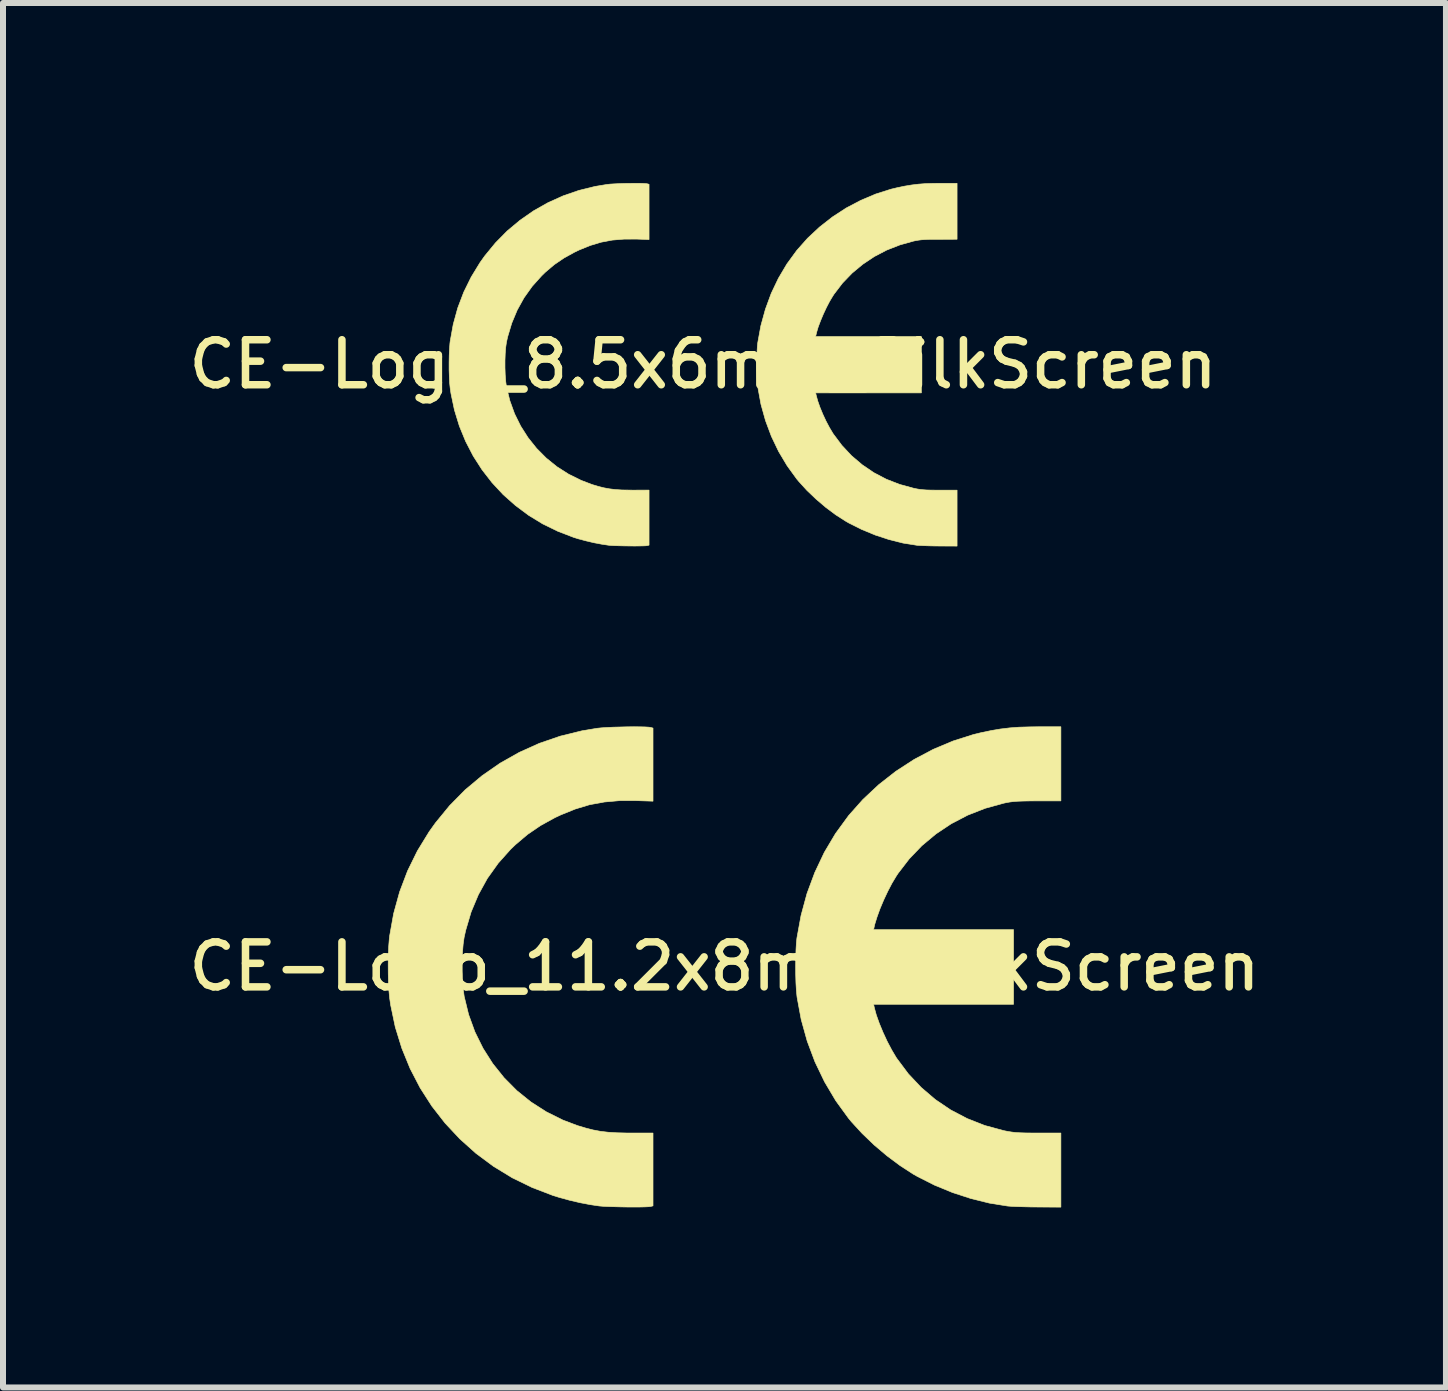
<source format=kicad_pcb>
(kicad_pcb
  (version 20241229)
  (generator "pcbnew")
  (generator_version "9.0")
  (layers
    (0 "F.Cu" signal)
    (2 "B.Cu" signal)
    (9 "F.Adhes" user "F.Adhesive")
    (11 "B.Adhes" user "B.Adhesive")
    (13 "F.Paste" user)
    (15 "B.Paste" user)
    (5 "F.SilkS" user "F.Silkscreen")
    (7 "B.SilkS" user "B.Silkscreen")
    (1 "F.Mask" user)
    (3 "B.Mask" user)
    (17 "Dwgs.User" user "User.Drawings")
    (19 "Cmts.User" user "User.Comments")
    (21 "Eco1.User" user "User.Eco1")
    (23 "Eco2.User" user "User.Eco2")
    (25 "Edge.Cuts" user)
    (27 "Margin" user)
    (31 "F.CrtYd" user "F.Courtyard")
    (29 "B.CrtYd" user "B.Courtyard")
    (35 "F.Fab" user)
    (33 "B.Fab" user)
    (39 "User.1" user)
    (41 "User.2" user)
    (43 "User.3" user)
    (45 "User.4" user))
  (footprint "CE-Logo_11.2x8mm_SilkScreen"
    (layer "F.Cu")
    (at 9.023 13.055)
    (property "Reference" "CE-Logo_11.2x8mm_SilkScreen" (at 0 0 0) (layer "F.SilkS") (effects (font (size 0.75 0.75) (thickness 0.125))))
    (attr exclude_from_pos_files exclude_from_bom)
    (fp_poly (pts (xy -1.405 -3.993) (xy -1.319 -3.991) (xy -1.258 -3.987) (xy -1.231 -3.983) (xy -1.191 -3.972) (xy -1.191 -2.754) (xy -1.469 -2.763) (xy -1.746 -2.763) (xy -2.004 -2.74) (xy -2.248 -2.695) (xy -2.487 -2.623) (xy -2.729 -2.525) (xy -2.829 -2.478) (xy -3.068 -2.346) (xy -3.283 -2.199) (xy -3.485 -2.028) (xy -3.564 -1.952) (xy -3.771 -1.72) (xy -3.951 -1.468) (xy -4.101 -1.196) (xy -4.222 -0.908) (xy -4.312 -0.604) (xy -4.339 -0.482) (xy -4.355 -0.37) (xy -4.366 -0.234) (xy -4.371 -0.082) (xy -4.371 0.076) (xy -4.366 0.23) (xy -4.355 0.372) (xy -4.339 0.49) (xy -4.338 0.499) (xy -4.264 0.802) (xy -4.159 1.091) (xy -4.024 1.364) (xy -3.862 1.619) (xy -3.673 1.855) (xy -3.461 2.069) (xy -3.225 2.259) (xy -2.969 2.423) (xy -2.694 2.56) (xy -2.451 2.652) (xy -2.314 2.693) (xy -2.189 2.725) (xy -2.066 2.748) (xy -1.937 2.763) (xy -1.794 2.772) (xy -1.628 2.776) (xy -1.555 2.776) (xy -1.191 2.776) (xy -1.191 3.99) (xy -1.231 4) (xy -1.264 4.004) (xy -1.326 4.007) (xy -1.411 4.009) (xy -1.511 4.009) (xy -1.621 4.009) (xy -1.733 4.007) (xy -1.842 4.004) (xy -1.941 4.001) (xy -2.024 3.997) (xy -2.084 3.992) (xy -2.085 3.992) (xy -2.234 3.97) (xy -2.403 3.938) (xy -2.579 3.897) (xy -2.747 3.851) (xy -2.855 3.818) (xy -3.205 3.684) (xy -3.537 3.522) (xy -3.85 3.331) (xy -4.141 3.115) (xy -4.41 2.874) (xy -4.656 2.611) (xy -4.877 2.327) (xy -5.072 2.023) (xy -5.239 1.701) (xy -5.377 1.363) (xy -5.486 1.01) (xy -5.563 0.643) (xy -5.58 0.526) (xy -5.591 0.413) (xy -5.599 0.276) (xy -5.603 0.122) (xy -5.604 -0.039) (xy -5.601 -0.196) (xy -5.595 -0.342) (xy -5.585 -0.465) (xy -5.58 -0.508) (xy -5.513 -0.882) (xy -5.413 -1.244) (xy -5.281 -1.592) (xy -5.117 -1.926) (xy -4.922 -2.244) (xy -4.817 -2.391) (xy -4.581 -2.679) (xy -4.322 -2.942) (xy -4.04 -3.178) (xy -3.739 -3.387) (xy -3.42 -3.567) (xy -3.085 -3.718) (xy -2.735 -3.838) (xy -2.373 -3.927) (xy -2.12 -3.969) (xy -2.051 -3.976) (xy -1.959 -3.982) (xy -1.853 -3.987) (xy -1.738 -3.99) (xy -1.62 -3.993) (xy -1.507 -3.994) (xy -1.405 -3.993)) (stroke (width 0.01) (type solid)) (fill yes) (layer "F.SilkS"))
    (fp_poly (pts (xy 5.606 -3.376) (xy 5.606 -2.759) (xy 5.216 -2.759) (xy 5.081 -2.758) (xy 4.974 -2.756) (xy 4.889 -2.753) (xy 4.818 -2.748) (xy 4.755 -2.74) (xy 4.693 -2.729) (xy 4.648 -2.719) (xy 4.344 -2.635) (xy 4.053 -2.521) (xy 3.779 -2.378) (xy 3.524 -2.208) (xy 3.289 -2.012) (xy 3.078 -1.792) (xy 2.892 -1.55) (xy 2.86 -1.501) (xy 2.791 -1.386) (xy 2.721 -1.252) (xy 2.653 -1.107) (xy 2.592 -0.962) (xy 2.542 -0.824) (xy 2.505 -0.704) (xy 2.497 -0.67) (xy 2.485 -0.613) (xy 4.817 -0.613) (xy 4.817 0.631) (xy 2.485 0.631) (xy 2.497 0.688) (xy 2.53 0.809) (xy 2.58 0.949) (xy 2.642 1.099) (xy 2.712 1.25) (xy 2.787 1.392) (xy 2.861 1.517) (xy 2.874 1.536) (xy 3.064 1.79) (xy 3.278 2.017) (xy 3.513 2.218) (xy 3.769 2.391) (xy 4.044 2.535) (xy 4.336 2.65) (xy 4.645 2.734) (xy 4.653 2.736) (xy 4.723 2.75) (xy 4.787 2.76) (xy 4.852 2.768) (xy 4.927 2.772) (xy 5.017 2.775) (xy 5.131 2.776) (xy 5.225 2.776) (xy 5.606 2.776) (xy 5.606 4.011) (xy 5.225 4.009) (xy 5.103 4.008) (xy 4.984 4.005) (xy 4.876 4.002) (xy 4.786 3.998) (xy 4.721 3.993) (xy 4.712 3.992) (xy 4.414 3.944) (xy 4.107 3.868) (xy 3.8 3.768) (xy 3.501 3.645) (xy 3.218 3.502) (xy 3.144 3.46) (xy 2.928 3.32) (xy 2.708 3.156) (xy 2.494 2.975) (xy 2.294 2.783) (xy 2.117 2.59) (xy 2.068 2.531) (xy 1.855 2.238) (xy 1.668 1.923) (xy 1.508 1.59) (xy 1.378 1.243) (xy 1.278 0.883) (xy 1.21 0.515) (xy 1.207 0.49) (xy 1.198 0.396) (xy 1.191 0.275) (xy 1.187 0.139) (xy 1.186 -0.005) (xy 1.188 -0.148) (xy 1.192 -0.282) (xy 1.199 -0.396) (xy 1.207 -0.473) (xy 1.276 -0.85) (xy 1.375 -1.215) (xy 1.505 -1.565) (xy 1.663 -1.899) (xy 1.85 -2.214) (xy 2.064 -2.507) (xy 2.068 -2.513) (xy 2.307 -2.782) (xy 2.571 -3.029) (xy 2.856 -3.252) (xy 3.16 -3.449) (xy 3.479 -3.618) (xy 3.81 -3.757) (xy 4.15 -3.865) (xy 4.283 -3.897) (xy 4.447 -3.931) (xy 4.6 -3.957) (xy 4.75 -3.975) (xy 4.909 -3.987) (xy 5.086 -3.992) (xy 5.233 -3.994) (xy 5.606 -3.994) (xy 5.606 -3.376)) (stroke (width 0.01) (type solid)) (fill yes) (layer "F.SilkS")))
  (footprint "CE-Logo_8.5x6mm_SilkScreen"
    (layer "F.Cu")
    (at 8.666 3.021)
    (property "Reference" "CE-Logo_8.5x6mm_SilkScreen" (at 0 0 0) (layer "F.SilkS") (effects (font (size 0.75 0.75) (thickness 0.125))))
    (attr exclude_from_pos_files exclude_from_bom allow_missing_courtyard)
    (fp_poly (pts (xy -1.061 -3.016) (xy -0.996 -3.014) (xy -0.95 -3.011) (xy -0.929 -3.008) (xy -0.9 -3) (xy -0.9 -2.079) (xy -1.109 -2.087) (xy -1.319 -2.086) (xy -1.513 -2.07) (xy -1.698 -2.035) (xy -1.878 -1.981) (xy -2.061 -1.907) (xy -2.137 -1.871) (xy -2.317 -1.772) (xy -2.48 -1.661) (xy -2.632 -1.532) (xy -2.691 -1.474) (xy -2.848 -1.299) (xy -2.984 -1.108) (xy -3.097 -0.904) (xy -3.188 -0.686) (xy -3.257 -0.456) (xy -3.277 -0.364) (xy -3.289 -0.28) (xy -3.297 -0.177) (xy -3.301 -0.062) (xy -3.301 0.057) (xy -3.297 0.174) (xy -3.289 0.281) (xy -3.277 0.37) (xy -3.276 0.377) (xy -3.22 0.606) (xy -3.141 0.824) (xy -3.039 1.03) (xy -2.916 1.223) (xy -2.774 1.401) (xy -2.614 1.562) (xy -2.436 1.706) (xy -2.242 1.83) (xy -2.034 1.933) (xy -1.851 2.003) (xy -1.748 2.034) (xy -1.653 2.058) (xy -1.56 2.075) (xy -1.463 2.087) (xy -1.355 2.094) (xy -1.229 2.096) (xy -1.174 2.097) (xy -0.9 2.096) (xy -0.9 3.013) (xy -0.929 3.021) (xy -0.955 3.024) (xy -1.002 3.026) (xy -1.065 3.027) (xy -1.141 3.028) (xy -1.224 3.027) (xy -1.309 3.026) (xy -1.391 3.024) (xy -1.466 3.022) (xy -1.528 3.019) (xy -1.574 3.015) (xy -1.574 3.015) (xy -1.687 2.998) (xy -1.815 2.974) (xy -1.947 2.943) (xy -2.075 2.909) (xy -2.156 2.884) (xy -2.421 2.782) (xy -2.671 2.66) (xy -2.907 2.516) (xy -3.127 2.352) (xy -3.331 2.171) (xy -3.516 1.972) (xy -3.683 1.757) (xy -3.83 1.528) (xy -3.956 1.285) (xy -4.061 1.029) (xy -4.143 0.762) (xy -4.201 0.486) (xy -4.214 0.397) (xy -4.223 0.312) (xy -4.228 0.208) (xy -4.232 0.092) (xy -4.232 -0.029) (xy -4.23 -0.148) (xy -4.225 -0.258) (xy -4.218 -0.352) (xy -4.214 -0.384) (xy -4.163 -0.666) (xy -4.088 -0.939) (xy -3.988 -1.202) (xy -3.864 -1.454) (xy -3.717 -1.695) (xy -3.638 -1.806) (xy -3.46 -2.023) (xy -3.264 -2.222) (xy -3.051 -2.4) (xy -2.824 -2.558) (xy -2.583 -2.694) (xy -2.33 -2.808) (xy -2.066 -2.899) (xy -1.792 -2.966) (xy -1.601 -2.997) (xy -1.549 -3.003) (xy -1.48 -3.007) (xy -1.399 -3.011) (xy -1.312 -3.014) (xy -1.224 -3.015) (xy -1.138 -3.016) (xy -1.061 -3.016)) (stroke (width 0.01) (type solid)) (fill yes) (layer "F.SilkS"))
    (fp_poly (pts (xy 4.233 -2.084) (xy 3.939 -2.083) (xy 3.837 -2.083) (xy 3.756 -2.082) (xy 3.692 -2.079) (xy 3.638 -2.075) (xy 3.591 -2.069) (xy 3.544 -2.061) (xy 3.51 -2.054) (xy 3.281 -1.99) (xy 3.061 -1.904) (xy 2.854 -1.796) (xy 2.661 -1.667) (xy 2.484 -1.52) (xy 2.324 -1.354) (xy 2.184 -1.171) (xy 2.16 -1.134) (xy 2.108 -1.047) (xy 2.055 -0.945) (xy 2.004 -0.836) (xy 1.958 -0.726) (xy 1.919 -0.623) (xy 1.892 -0.532) (xy 1.886 -0.506) (xy 1.876 -0.463) (xy 3.638 -0.463) (xy 3.638 0.476) (xy 1.876 0.476) (xy 1.886 0.519) (xy 1.911 0.611) (xy 1.948 0.716) (xy 1.995 0.83) (xy 2.048 0.944) (xy 2.105 1.052) (xy 2.161 1.146) (xy 2.17 1.16) (xy 2.314 1.352) (xy 2.475 1.524) (xy 2.653 1.675) (xy 2.846 1.806) (xy 3.054 1.915) (xy 3.275 2.001) (xy 3.508 2.065) (xy 3.514 2.066) (xy 3.567 2.077) (xy 3.615 2.085) (xy 3.665 2.09) (xy 3.721 2.094) (xy 3.789 2.096) (xy 3.875 2.097) (xy 3.946 2.097) (xy 4.233 2.097) (xy 4.233 3.029) (xy 3.946 3.028) (xy 3.854 3.027) (xy 3.764 3.025) (xy 3.682 3.022) (xy 3.614 3.019) (xy 3.566 3.016) (xy 3.559 3.015) (xy 3.333 2.979) (xy 3.101 2.921) (xy 2.869 2.845) (xy 2.644 2.752) (xy 2.43 2.645) (xy 2.375 2.613) (xy 2.211 2.508) (xy 2.045 2.384) (xy 1.883 2.246) (xy 1.732 2.102) (xy 1.599 1.956) (xy 1.562 1.912) (xy 1.401 1.69) (xy 1.259 1.452) (xy 1.139 1.201) (xy 1.041 0.939) (xy 0.965 0.667) (xy 0.914 0.389) (xy 0.912 0.37) (xy 0.905 0.299) (xy 0.9 0.208) (xy 0.897 0.105) (xy 0.896 -0.004) (xy 0.897 -0.112) (xy 0.9 -0.213) (xy 0.905 -0.299) (xy 0.911 -0.357) (xy 0.963 -0.642) (xy 1.039 -0.918) (xy 1.136 -1.182) (xy 1.256 -1.434) (xy 1.397 -1.672) (xy 1.559 -1.894) (xy 1.562 -1.898) (xy 1.742 -2.101) (xy 1.941 -2.287) (xy 2.157 -2.456) (xy 2.386 -2.605) (xy 2.628 -2.732) (xy 2.878 -2.838) (xy 3.134 -2.919) (xy 3.235 -2.943) (xy 3.359 -2.969) (xy 3.474 -2.988) (xy 3.588 -3.002) (xy 3.707 -3.011) (xy 3.841 -3.015) (xy 3.952 -3.016) (xy 4.233 -3.016) (xy 4.233 -2.084)) (stroke (width 0.01) (type solid)) (fill yes) (layer "F.SilkS")))
  (gr_rect
    (start -3 -3)
    (end 21.046 20.071)
    (stroke (width 0.1) (type default))
    (fill no)
    (layer "Edge.Cuts")))
</source>
